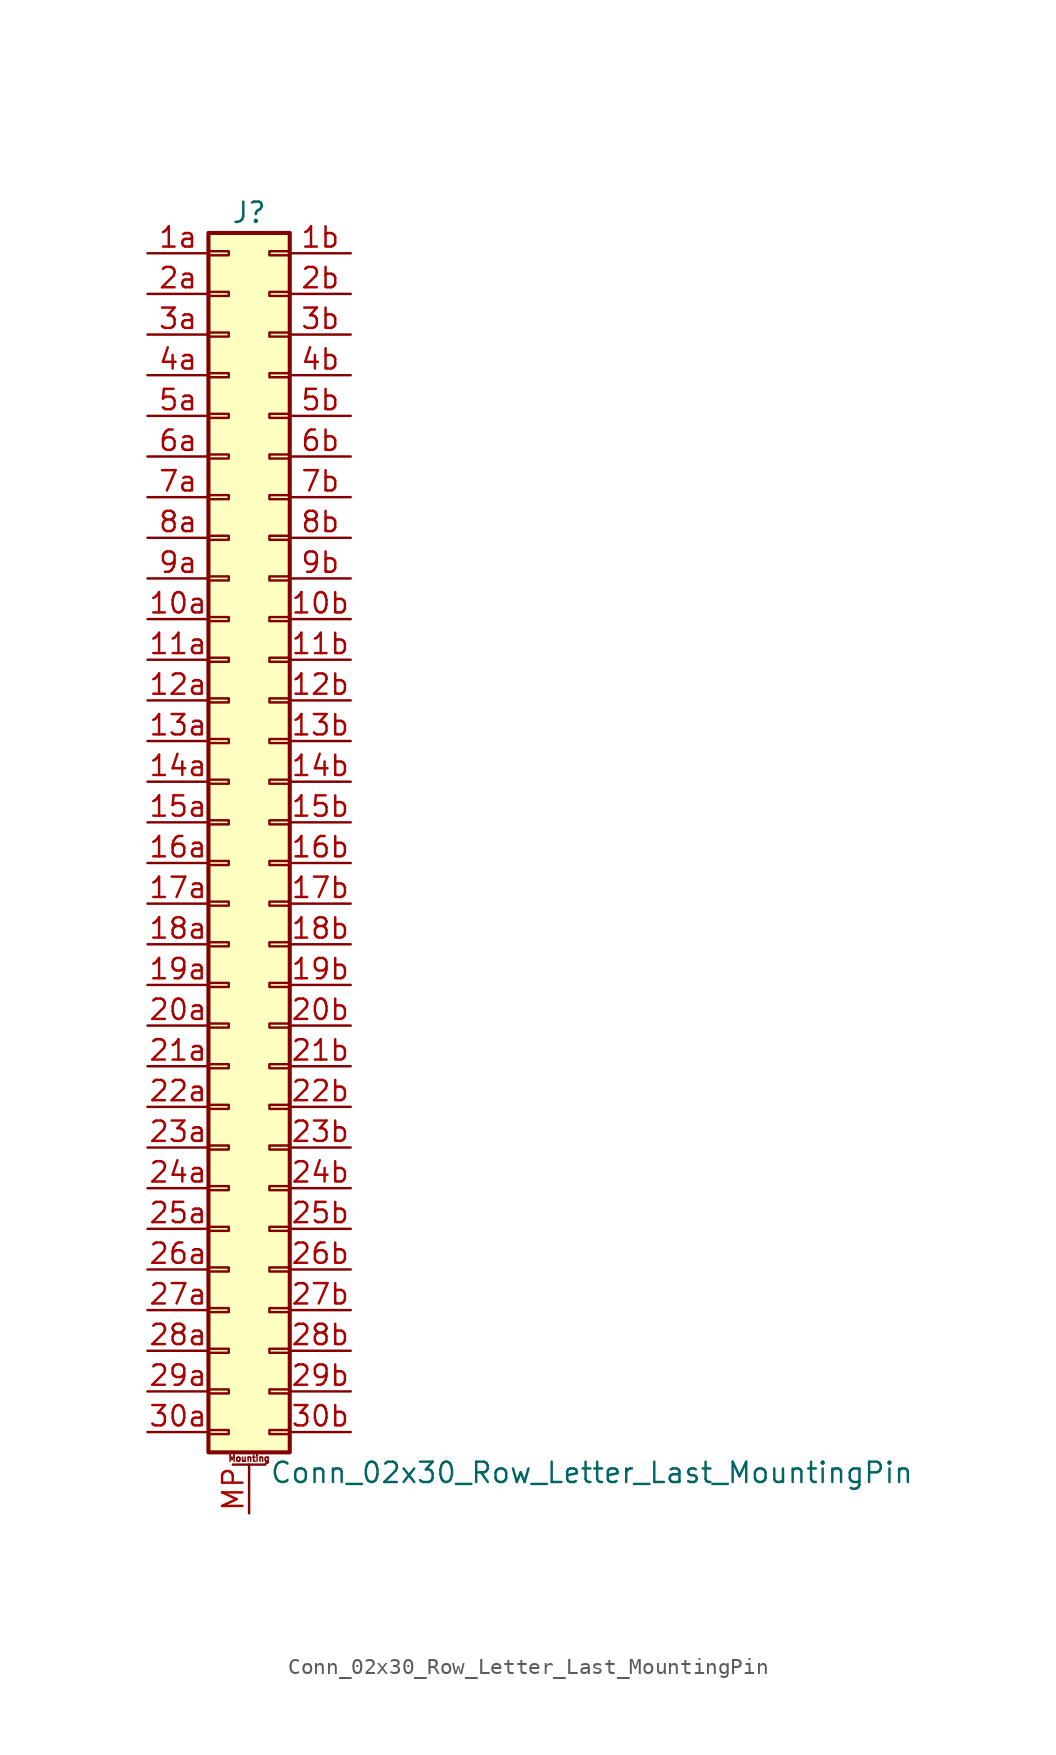
<source format=kicad_sym>
(kicad_symbol_lib
  (version 20211014)
  (generator kicad_symbol_editor)
  (symbol "Conn_02x30_Row_Letter_Last_MountingPin"
    (pin_names
      (offset 1.016) hide)
    (property "Reference" "J"
      (at 1.27 38.1 0)
      (effects (font (size 1.27 1.27))))
    (property "Value" "Conn_02x30_Row_Letter_Last_MountingPin"
      (at 2.54 -40.64 0)
      (effects (font (size 1.27 1.27)) (justify left)))
    (symbol "Conn_02x30_Row_Letter_Last_MountingPin_1_1"
      (rectangle (start -1.27 -37.973) (end 0 -38.227) (stroke (width 0.152) (type default) (color 0 0 0 0)) (fill (type none)))
      (rectangle (start -1.27 -35.433) (end 0 -35.687) (stroke (width 0.152) (type default) (color 0 0 0 0)) (fill (type none)))
      (rectangle (start -1.27 -32.893) (end 0 -33.147) (stroke (width 0.152) (type default) (color 0 0 0 0)) (fill (type none)))
      (rectangle (start -1.27 -30.353) (end 0 -30.607) (stroke (width 0.152) (type default) (color 0 0 0 0)) (fill (type none)))
      (rectangle (start -1.27 -27.813) (end 0 -28.067) (stroke (width 0.152) (type default) (color 0 0 0 0)) (fill (type none)))
      (rectangle (start -1.27 -25.273) (end 0 -25.527) (stroke (width 0.152) (type default) (color 0 0 0 0)) (fill (type none)))
      (rectangle (start -1.27 -22.733) (end 0 -22.987) (stroke (width 0.152) (type default) (color 0 0 0 0)) (fill (type none)))
      (rectangle (start -1.27 -20.193) (end 0 -20.447) (stroke (width 0.152) (type default) (color 0 0 0 0)) (fill (type none)))
      (rectangle (start -1.27 -17.653) (end 0 -17.907) (stroke (width 0.152) (type default) (color 0 0 0 0)) (fill (type none)))
      (rectangle (start -1.27 -15.113) (end 0 -15.367) (stroke (width 0.152) (type default) (color 0 0 0 0)) (fill (type none)))
      (rectangle (start -1.27 -12.573) (end 0 -12.827) (stroke (width 0.152) (type default) (color 0 0 0 0)) (fill (type none)))
      (rectangle (start -1.27 -10.033) (end 0 -10.287) (stroke (width 0.152) (type default) (color 0 0 0 0)) (fill (type none)))
      (rectangle (start -1.27 -7.493) (end 0 -7.747) (stroke (width 0.152) (type default) (color 0 0 0 0)) (fill (type none)))
      (rectangle (start -1.27 -4.953) (end 0 -5.207) (stroke (width 0.152) (type default) (color 0 0 0 0)) (fill (type none)))
      (rectangle (start -1.27 -2.413) (end 0 -2.667) (stroke (width 0.152) (type default) (color 0 0 0 0)) (fill (type none)))
      (rectangle (start -1.27 0.127) (end 0 -0.127) (stroke (width 0.152) (type default) (color 0 0 0 0)) (fill (type none)))
      (rectangle (start -1.27 2.667) (end 0 2.413) (stroke (width 0.152) (type default) (color 0 0 0 0)) (fill (type none)))
      (rectangle (start -1.27 5.207) (end 0 4.953) (stroke (width 0.152) (type default) (color 0 0 0 0)) (fill (type none)))
      (rectangle (start -1.27 7.747) (end 0 7.493) (stroke (width 0.152) (type default) (color 0 0 0 0)) (fill (type none)))
      (rectangle (start -1.27 10.287) (end 0 10.033) (stroke (width 0.152) (type default) (color 0 0 0 0)) (fill (type none)))
      (rectangle (start -1.27 12.827) (end 0 12.573) (stroke (width 0.152) (type default) (color 0 0 0 0)) (fill (type none)))
      (rectangle (start -1.27 15.367) (end 0 15.113) (stroke (width 0.152) (type default) (color 0 0 0 0)) (fill (type none)))
      (rectangle (start -1.27 17.907) (end 0 17.653) (stroke (width 0.152) (type default) (color 0 0 0 0)) (fill (type none)))
      (rectangle (start -1.27 20.447) (end 0 20.193) (stroke (width 0.152) (type default) (color 0 0 0 0)) (fill (type none)))
      (rectangle (start -1.27 22.987) (end 0 22.733) (stroke (width 0.152) (type default) (color 0 0 0 0)) (fill (type none)))
      (rectangle (start -1.27 25.527) (end 0 25.273) (stroke (width 0.152) (type default) (color 0 0 0 0)) (fill (type none)))
      (rectangle (start -1.27 28.067) (end 0 27.813) (stroke (width 0.152) (type default) (color 0 0 0 0)) (fill (type none)))
      (rectangle (start -1.27 30.607) (end 0 30.353) (stroke (width 0.152) (type default) (color 0 0 0 0)) (fill (type none)))
      (rectangle (start -1.27 33.147) (end 0 32.893) (stroke (width 0.152) (type default) (color 0 0 0 0)) (fill (type none)))
      (rectangle (start -1.27 35.687) (end 0 35.433) (stroke (width 0.152) (type default) (color 0 0 0 0)) (fill (type none)))
      (rectangle (start -1.27 36.83) (end 3.81 -39.37) (stroke (width 0.254) (type default) (color 0 0 0 0)) (fill (type background)))
      (polyline (pts (xy 0.254 -40.132) (xy 2.286 -40.132)) (stroke (width 0.152) (type default) (color 0 0 0 0)) (fill (type none)))
      (rectangle (start 3.81 -37.973) (end 2.54 -38.227) (stroke (width 0.152) (type default) (color 0 0 0 0)) (fill (type none)))
      (rectangle (start 3.81 -35.433) (end 2.54 -35.687) (stroke (width 0.152) (type default) (color 0 0 0 0)) (fill (type none)))
      (rectangle (start 3.81 -32.893) (end 2.54 -33.147) (stroke (width 0.152) (type default) (color 0 0 0 0)) (fill (type none)))
      (rectangle (start 3.81 -30.353) (end 2.54 -30.607) (stroke (width 0.152) (type default) (color 0 0 0 0)) (fill (type none)))
      (rectangle (start 3.81 -27.813) (end 2.54 -28.067) (stroke (width 0.152) (type default) (color 0 0 0 0)) (fill (type none)))
      (rectangle (start 3.81 -25.273) (end 2.54 -25.527) (stroke (width 0.152) (type default) (color 0 0 0 0)) (fill (type none)))
      (rectangle (start 3.81 -22.733) (end 2.54 -22.987) (stroke (width 0.152) (type default) (color 0 0 0 0)) (fill (type none)))
      (rectangle (start 3.81 -20.193) (end 2.54 -20.447) (stroke (width 0.152) (type default) (color 0 0 0 0)) (fill (type none)))
      (rectangle (start 3.81 -17.653) (end 2.54 -17.907) (stroke (width 0.152) (type default) (color 0 0 0 0)) (fill (type none)))
      (rectangle (start 3.81 -15.113) (end 2.54 -15.367) (stroke (width 0.152) (type default) (color 0 0 0 0)) (fill (type none)))
      (rectangle (start 3.81 -12.573) (end 2.54 -12.827) (stroke (width 0.152) (type default) (color 0 0 0 0)) (fill (type none)))
      (rectangle (start 3.81 -10.033) (end 2.54 -10.287) (stroke (width 0.152) (type default) (color 0 0 0 0)) (fill (type none)))
      (rectangle (start 3.81 -7.493) (end 2.54 -7.747) (stroke (width 0.152) (type default) (color 0 0 0 0)) (fill (type none)))
      (rectangle (start 3.81 -4.953) (end 2.54 -5.207) (stroke (width 0.152) (type default) (color 0 0 0 0)) (fill (type none)))
      (rectangle (start 3.81 -2.413) (end 2.54 -2.667) (stroke (width 0.152) (type default) (color 0 0 0 0)) (fill (type none)))
      (rectangle (start 3.81 0.127) (end 2.54 -0.127) (stroke (width 0.152) (type default) (color 0 0 0 0)) (fill (type none)))
      (rectangle (start 3.81 2.667) (end 2.54 2.413) (stroke (width 0.152) (type default) (color 0 0 0 0)) (fill (type none)))
      (rectangle (start 3.81 5.207) (end 2.54 4.953) (stroke (width 0.152) (type default) (color 0 0 0 0)) (fill (type none)))
      (rectangle (start 3.81 7.747) (end 2.54 7.493) (stroke (width 0.152) (type default) (color 0 0 0 0)) (fill (type none)))
      (rectangle (start 3.81 10.287) (end 2.54 10.033) (stroke (width 0.152) (type default) (color 0 0 0 0)) (fill (type none)))
      (rectangle (start 3.81 12.827) (end 2.54 12.573) (stroke (width 0.152) (type default) (color 0 0 0 0)) (fill (type none)))
      (rectangle (start 3.81 15.367) (end 2.54 15.113) (stroke (width 0.152) (type default) (color 0 0 0 0)) (fill (type none)))
      (rectangle (start 3.81 17.907) (end 2.54 17.653) (stroke (width 0.152) (type default) (color 0 0 0 0)) (fill (type none)))
      (rectangle (start 3.81 20.447) (end 2.54 20.193) (stroke (width 0.152) (type default) (color 0 0 0 0)) (fill (type none)))
      (rectangle (start 3.81 22.987) (end 2.54 22.733) (stroke (width 0.152) (type default) (color 0 0 0 0)) (fill (type none)))
      (rectangle (start 3.81 25.527) (end 2.54 25.273) (stroke (width 0.152) (type default) (color 0 0 0 0)) (fill (type none)))
      (rectangle (start 3.81 28.067) (end 2.54 27.813) (stroke (width 0.152) (type default) (color 0 0 0 0)) (fill (type none)))
      (rectangle (start 3.81 30.607) (end 2.54 30.353) (stroke (width 0.152) (type default) (color 0 0 0 0)) (fill (type none)))
      (rectangle (start 3.81 33.147) (end 2.54 32.893) (stroke (width 0.152) (type default) (color 0 0 0 0)) (fill (type none)))
      (rectangle (start 3.81 35.687) (end 2.54 35.433) (stroke (width 0.152) (type default) (color 0 0 0 0)) (fill (type none)))
      (text "Mounting" (at 1.27 -39.751 0) (effects (font (size 0.381 0.381))))
      (pin passive line (at -5.08 12.7 0) (length 3.81) (name "Pin_10a" (effects (font (size 1.27 1.27)))) (number "10a" (effects (font (size 1.27 1.27)))))
      (pin passive line (at 7.62 12.7 180) (length 3.81) (name "Pin_10b" (effects (font (size 1.27 1.27)))) (number "10b" (effects (font (size 1.27 1.27)))))
      (pin passive line (at -5.08 10.16 0) (length 3.81) (name "Pin_11a" (effects (font (size 1.27 1.27)))) (number "11a" (effects (font (size 1.27 1.27)))))
      (pin passive line (at 7.62 10.16 180) (length 3.81) (name "Pin_11b" (effects (font (size 1.27 1.27)))) (number "11b" (effects (font (size 1.27 1.27)))))
      (pin passive line (at -5.08 7.62 0) (length 3.81) (name "Pin_12a" (effects (font (size 1.27 1.27)))) (number "12a" (effects (font (size 1.27 1.27)))))
      (pin passive line (at 7.62 7.62 180) (length 3.81) (name "Pin_12b" (effects (font (size 1.27 1.27)))) (number "12b" (effects (font (size 1.27 1.27)))))
      (pin passive line (at -5.08 5.08 0) (length 3.81) (name "Pin_13a" (effects (font (size 1.27 1.27)))) (number "13a" (effects (font (size 1.27 1.27)))))
      (pin passive line (at 7.62 5.08 180) (length 3.81) (name "Pin_13b" (effects (font (size 1.27 1.27)))) (number "13b" (effects (font (size 1.27 1.27)))))
      (pin passive line (at -5.08 2.54 0) (length 3.81) (name "Pin_14a" (effects (font (size 1.27 1.27)))) (number "14a" (effects (font (size 1.27 1.27)))))
      (pin passive line (at 7.62 2.54 180) (length 3.81) (name "Pin_14b" (effects (font (size 1.27 1.27)))) (number "14b" (effects (font (size 1.27 1.27)))))
      (pin passive line (at -5.08 0 0) (length 3.81) (name "Pin_15a" (effects (font (size 1.27 1.27)))) (number "15a" (effects (font (size 1.27 1.27)))))
      (pin passive line (at 7.62 0 180) (length 3.81) (name "Pin_15b" (effects (font (size 1.27 1.27)))) (number "15b" (effects (font (size 1.27 1.27)))))
      (pin passive line (at -5.08 -2.54 0) (length 3.81) (name "Pin_16a" (effects (font (size 1.27 1.27)))) (number "16a" (effects (font (size 1.27 1.27)))))
      (pin passive line (at 7.62 -2.54 180) (length 3.81) (name "Pin_16b" (effects (font (size 1.27 1.27)))) (number "16b" (effects (font (size 1.27 1.27)))))
      (pin passive line (at -5.08 -5.08 0) (length 3.81) (name "Pin_17a" (effects (font (size 1.27 1.27)))) (number "17a" (effects (font (size 1.27 1.27)))))
      (pin passive line (at 7.62 -5.08 180) (length 3.81) (name "Pin_17b" (effects (font (size 1.27 1.27)))) (number "17b" (effects (font (size 1.27 1.27)))))
      (pin passive line (at -5.08 -7.62 0) (length 3.81) (name "Pin_18a" (effects (font (size 1.27 1.27)))) (number "18a" (effects (font (size 1.27 1.27)))))
      (pin passive line (at 7.62 -7.62 180) (length 3.81) (name "Pin_18b" (effects (font (size 1.27 1.27)))) (number "18b" (effects (font (size 1.27 1.27)))))
      (pin passive line (at -5.08 -10.16 0) (length 3.81) (name "Pin_19a" (effects (font (size 1.27 1.27)))) (number "19a" (effects (font (size 1.27 1.27)))))
      (pin passive line (at 7.62 -10.16 180) (length 3.81) (name "Pin_19b" (effects (font (size 1.27 1.27)))) (number "19b" (effects (font (size 1.27 1.27)))))
      (pin passive line (at -5.08 35.56 0) (length 3.81) (name "Pin_1a" (effects (font (size 1.27 1.27)))) (number "1a" (effects (font (size 1.27 1.27)))))
      (pin passive line (at 7.62 35.56 180) (length 3.81) (name "Pin_1b" (effects (font (size 1.27 1.27)))) (number "1b" (effects (font (size 1.27 1.27)))))
      (pin passive line (at -5.08 -12.7 0) (length 3.81) (name "Pin_20a" (effects (font (size 1.27 1.27)))) (number "20a" (effects (font (size 1.27 1.27)))))
      (pin passive line (at 7.62 -12.7 180) (length 3.81) (name "Pin_20b" (effects (font (size 1.27 1.27)))) (number "20b" (effects (font (size 1.27 1.27)))))
      (pin passive line (at -5.08 -15.24 0) (length 3.81) (name "Pin_21a" (effects (font (size 1.27 1.27)))) (number "21a" (effects (font (size 1.27 1.27)))))
      (pin passive line (at 7.62 -15.24 180) (length 3.81) (name "Pin_21b" (effects (font (size 1.27 1.27)))) (number "21b" (effects (font (size 1.27 1.27)))))
      (pin passive line (at -5.08 -17.78 0) (length 3.81) (name "Pin_22a" (effects (font (size 1.27 1.27)))) (number "22a" (effects (font (size 1.27 1.27)))))
      (pin passive line (at 7.62 -17.78 180) (length 3.81) (name "Pin_22b" (effects (font (size 1.27 1.27)))) (number "22b" (effects (font (size 1.27 1.27)))))
      (pin passive line (at -5.08 -20.32 0) (length 3.81) (name "Pin_23a" (effects (font (size 1.27 1.27)))) (number "23a" (effects (font (size 1.27 1.27)))))
      (pin passive line (at 7.62 -20.32 180) (length 3.81) (name "Pin_23b" (effects (font (size 1.27 1.27)))) (number "23b" (effects (font (size 1.27 1.27)))))
      (pin passive line (at -5.08 -22.86 0) (length 3.81) (name "Pin_24a" (effects (font (size 1.27 1.27)))) (number "24a" (effects (font (size 1.27 1.27)))))
      (pin passive line (at 7.62 -22.86 180) (length 3.81) (name "Pin_24b" (effects (font (size 1.27 1.27)))) (number "24b" (effects (font (size 1.27 1.27)))))
      (pin passive line (at -5.08 -25.4 0) (length 3.81) (name "Pin_25a" (effects (font (size 1.27 1.27)))) (number "25a" (effects (font (size 1.27 1.27)))))
      (pin passive line (at 7.62 -25.4 180) (length 3.81) (name "Pin_25b" (effects (font (size 1.27 1.27)))) (number "25b" (effects (font (size 1.27 1.27)))))
      (pin passive line (at -5.08 -27.94 0) (length 3.81) (name "Pin_26a" (effects (font (size 1.27 1.27)))) (number "26a" (effects (font (size 1.27 1.27)))))
      (pin passive line (at 7.62 -27.94 180) (length 3.81) (name "Pin_26b" (effects (font (size 1.27 1.27)))) (number "26b" (effects (font (size 1.27 1.27)))))
      (pin passive line (at -5.08 -30.48 0) (length 3.81) (name "Pin_27a" (effects (font (size 1.27 1.27)))) (number "27a" (effects (font (size 1.27 1.27)))))
      (pin passive line (at 7.62 -30.48 180) (length 3.81) (name "Pin_27b" (effects (font (size 1.27 1.27)))) (number "27b" (effects (font (size 1.27 1.27)))))
      (pin passive line (at -5.08 -33.02 0) (length 3.81) (name "Pin_28a" (effects (font (size 1.27 1.27)))) (number "28a" (effects (font (size 1.27 1.27)))))
      (pin passive line (at 7.62 -33.02 180) (length 3.81) (name "Pin_28b" (effects (font (size 1.27 1.27)))) (number "28b" (effects (font (size 1.27 1.27)))))
      (pin passive line (at -5.08 -35.56 0) (length 3.81) (name "Pin_29a" (effects (font (size 1.27 1.27)))) (number "29a" (effects (font (size 1.27 1.27)))))
      (pin passive line (at 7.62 -35.56 180) (length 3.81) (name "Pin_29b" (effects (font (size 1.27 1.27)))) (number "29b" (effects (font (size 1.27 1.27)))))
      (pin passive line (at -5.08 33.02 0) (length 3.81) (name "Pin_2a" (effects (font (size 1.27 1.27)))) (number "2a" (effects (font (size 1.27 1.27)))))
      (pin passive line (at 7.62 33.02 180) (length 3.81) (name "Pin_2b" (effects (font (size 1.27 1.27)))) (number "2b" (effects (font (size 1.27 1.27)))))
      (pin passive line (at -5.08 -38.1 0) (length 3.81) (name "Pin_30a" (effects (font (size 1.27 1.27)))) (number "30a" (effects (font (size 1.27 1.27)))))
      (pin passive line (at 7.62 -38.1 180) (length 3.81) (name "Pin_30b" (effects (font (size 1.27 1.27)))) (number "30b" (effects (font (size 1.27 1.27)))))
      (pin passive line (at -5.08 30.48 0) (length 3.81) (name "Pin_3a" (effects (font (size 1.27 1.27)))) (number "3a" (effects (font (size 1.27 1.27)))))
      (pin passive line (at 7.62 30.48 180) (length 3.81) (name "Pin_3b" (effects (font (size 1.27 1.27)))) (number "3b" (effects (font (size 1.27 1.27)))))
      (pin passive line (at -5.08 27.94 0) (length 3.81) (name "Pin_4a" (effects (font (size 1.27 1.27)))) (number "4a" (effects (font (size 1.27 1.27)))))
      (pin passive line (at 7.62 27.94 180) (length 3.81) (name "Pin_4b" (effects (font (size 1.27 1.27)))) (number "4b" (effects (font (size 1.27 1.27)))))
      (pin passive line (at -5.08 25.4 0) (length 3.81) (name "Pin_5a" (effects (font (size 1.27 1.27)))) (number "5a" (effects (font (size 1.27 1.27)))))
      (pin passive line (at 7.62 25.4 180) (length 3.81) (name "Pin_5b" (effects (font (size 1.27 1.27)))) (number "5b" (effects (font (size 1.27 1.27)))))
      (pin passive line (at -5.08 22.86 0) (length 3.81) (name "Pin_6a" (effects (font (size 1.27 1.27)))) (number "6a" (effects (font (size 1.27 1.27)))))
      (pin passive line (at 7.62 22.86 180) (length 3.81) (name "Pin_6b" (effects (font (size 1.27 1.27)))) (number "6b" (effects (font (size 1.27 1.27)))))
      (pin passive line (at -5.08 20.32 0) (length 3.81) (name "Pin_7a" (effects (font (size 1.27 1.27)))) (number "7a" (effects (font (size 1.27 1.27)))))
      (pin passive line (at 7.62 20.32 180) (length 3.81) (name "Pin_7b" (effects (font (size 1.27 1.27)))) (number "7b" (effects (font (size 1.27 1.27)))))
      (pin passive line (at -5.08 17.78 0) (length 3.81) (name "Pin_8a" (effects (font (size 1.27 1.27)))) (number "8a" (effects (font (size 1.27 1.27)))))
      (pin passive line (at 7.62 17.78 180) (length 3.81) (name "Pin_8b" (effects (font (size 1.27 1.27)))) (number "8b" (effects (font (size 1.27 1.27)))))
      (pin passive line (at -5.08 15.24 0) (length 3.81) (name "Pin_9a" (effects (font (size 1.27 1.27)))) (number "9a" (effects (font (size 1.27 1.27)))))
      (pin passive line (at 7.62 15.24 180) (length 3.81) (name "Pin_9b" (effects (font (size 1.27 1.27)))) (number "9b" (effects (font (size 1.27 1.27)))))
      (pin passive line (at 1.27 -43.18 90) (length 3.048) (name "MountPin" (effects (font (size 1.27 1.27)))) (number "MP" (effects (font (size 1.27 1.27))))))))
</source>
